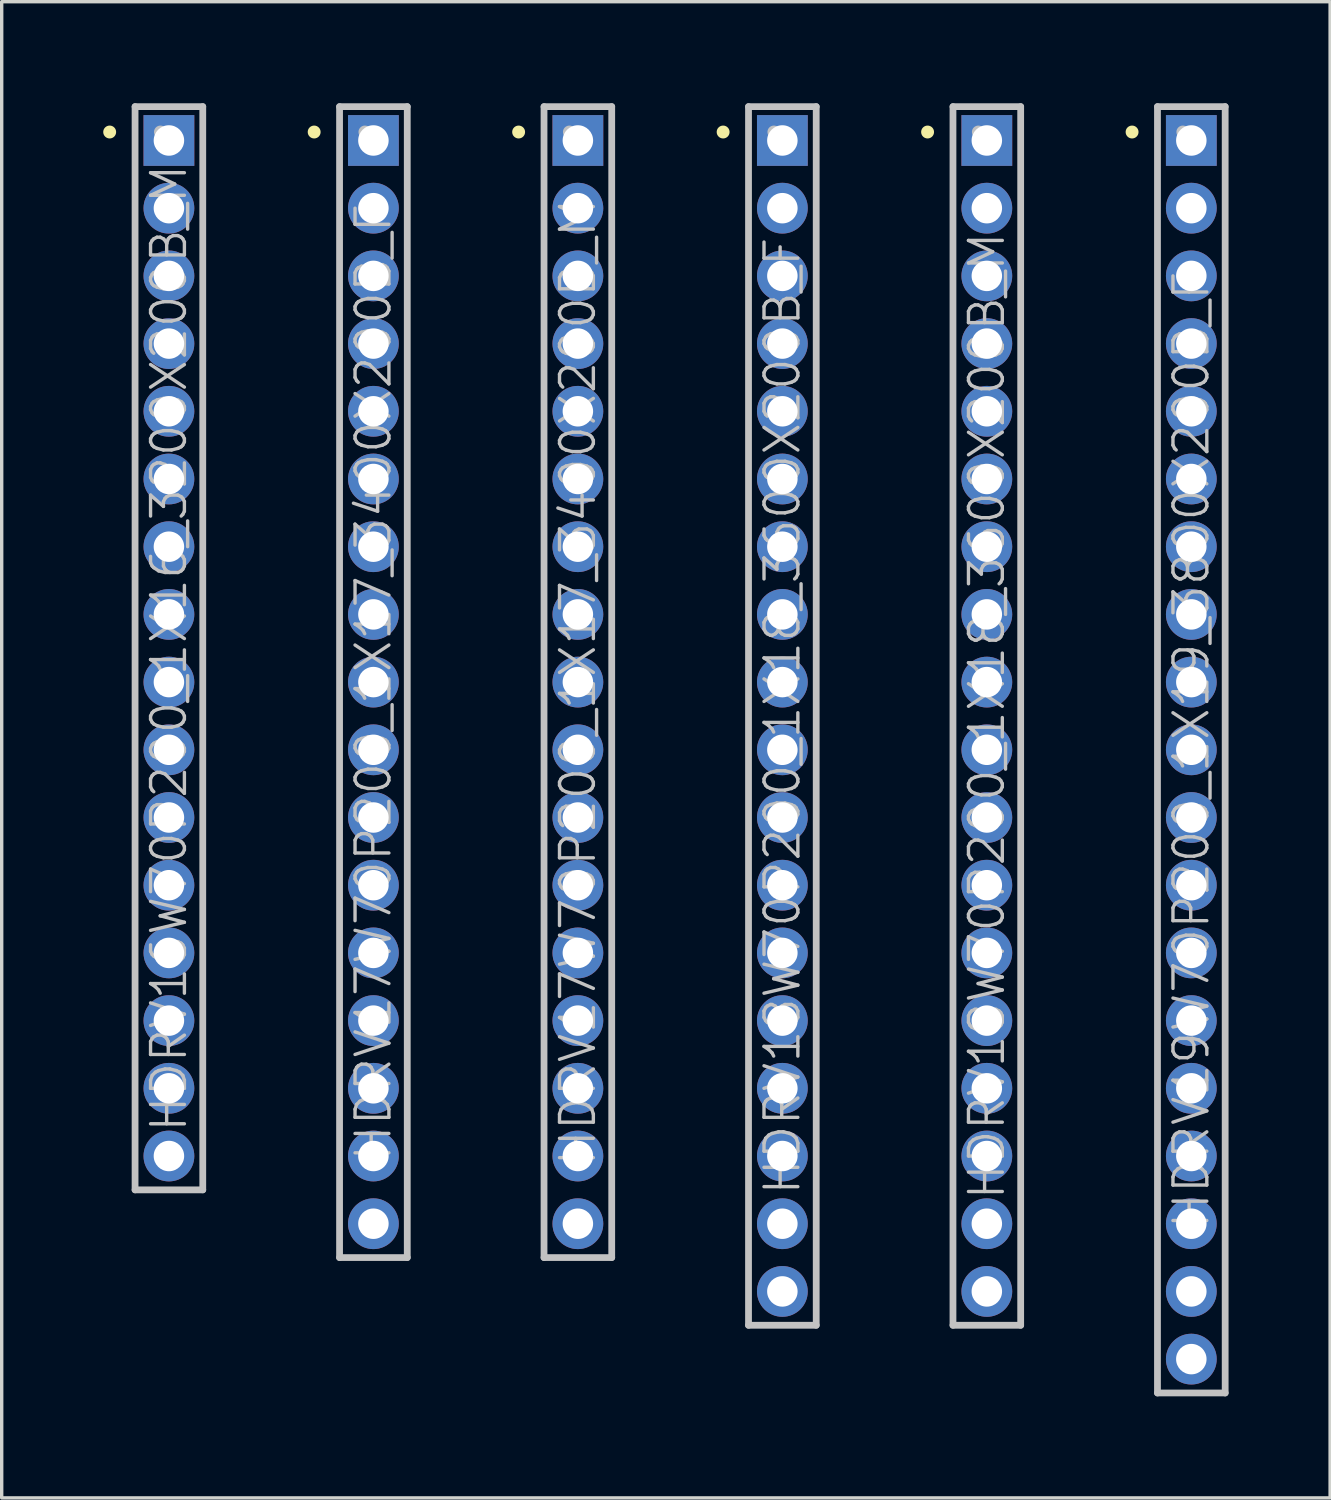
<source format=kicad_pcb>
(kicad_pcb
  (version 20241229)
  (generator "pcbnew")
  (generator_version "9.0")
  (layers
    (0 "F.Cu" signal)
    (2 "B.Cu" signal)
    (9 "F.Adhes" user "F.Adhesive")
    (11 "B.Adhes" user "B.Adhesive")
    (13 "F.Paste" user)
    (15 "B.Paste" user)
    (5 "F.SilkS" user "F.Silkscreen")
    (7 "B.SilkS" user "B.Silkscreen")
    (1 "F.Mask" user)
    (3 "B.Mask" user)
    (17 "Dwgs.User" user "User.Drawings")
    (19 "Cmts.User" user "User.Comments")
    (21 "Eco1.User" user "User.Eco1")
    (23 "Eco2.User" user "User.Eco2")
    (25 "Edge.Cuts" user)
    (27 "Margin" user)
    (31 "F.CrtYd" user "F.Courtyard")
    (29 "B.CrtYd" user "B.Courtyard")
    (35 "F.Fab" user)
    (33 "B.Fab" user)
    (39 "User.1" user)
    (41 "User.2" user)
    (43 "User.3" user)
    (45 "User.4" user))
  (footprint "HDRV19W70P200_1X19_3800X200B_F"
    (layer "F.Cu")
    (at 32.143 19.1)
    (property "Reference" "HDRV19W70P200_1X19_3800X200B_F" (at 0 0 90) (layer "Dwgs.User") (effects (font (size 1 1) (thickness 0.1))))
    (attr through_hole)
    (fp_line (start -1.75 -18.25) (end -1.75 -18.25) (stroke (width 0.381) (type solid)) (layer "F.SilkS"))
    (fp_line (start -1 -19) (end -1 19) (stroke (width 0.2) (type solid)) (layer "Dwgs.User"))
    (fp_line (start -1 -19) (end 1 -19) (stroke (width 0.2) (type solid)) (layer "Dwgs.User"))
    (fp_line (start -1 19) (end 1 19) (stroke (width 0.2) (type solid)) (layer "Dwgs.User"))
    (fp_line (start -0.25 -18.25) (end -0.25 -18.25) (stroke (width 0.381) (type solid)) (layer "Dwgs.User"))
    (fp_line (start 1 -19) (end 1 19) (stroke (width 0.2) (type solid)) (layer "Dwgs.User"))
    (pad "1" thru_hole rect (at 0 -18) (size 1.5 1.5) (drill 0.9) (layers "*.Cu" "*.Mask"))
    (pad "2" thru_hole circle (at 0 -16 270) (size 1.5 1.5) (drill 0.9) (layers "*.Cu" "*.Mask"))
    (pad "3" thru_hole circle (at 0 -14 270) (size 1.5 1.5) (drill 0.9) (layers "*.Cu" "*.Mask"))
    (pad "4" thru_hole circle (at 0 -12 270) (size 1.5 1.5) (drill 0.9) (layers "*.Cu" "*.Mask"))
    (pad "5" thru_hole circle (at 0 -10 270) (size 1.5 1.5) (drill 0.9) (layers "*.Cu" "*.Mask"))
    (pad "6" thru_hole circle (at 0 -8 270) (size 1.5 1.5) (drill 0.9) (layers "*.Cu" "*.Mask"))
    (pad "7" thru_hole circle (at 0 -6 270) (size 1.5 1.5) (drill 0.9) (layers "*.Cu" "*.Mask"))
    (pad "8" thru_hole circle (at 0 -4 270) (size 1.5 1.5) (drill 0.9) (layers "*.Cu" "*.Mask"))
    (pad "9" thru_hole circle (at 0 -2 270) (size 1.5 1.5) (drill 0.9) (layers "*.Cu" "*.Mask"))
    (pad "10" thru_hole circle (at 0 0 270) (size 1.5 1.5) (drill 0.9) (layers "*.Cu" "*.Mask"))
    (pad "11" thru_hole circle (at 0 2 270) (size 1.5 1.5) (drill 0.9) (layers "*.Cu" "*.Mask"))
    (pad "12" thru_hole circle (at 0 4 270) (size 1.5 1.5) (drill 0.9) (layers "*.Cu" "*.Mask"))
    (pad "13" thru_hole circle (at 0 6 270) (size 1.5 1.5) (drill 0.9) (layers "*.Cu" "*.Mask"))
    (pad "14" thru_hole circle (at 0 8 270) (size 1.5 1.5) (drill 0.9) (layers "*.Cu" "*.Mask"))
    (pad "15" thru_hole circle (at 0 10 270) (size 1.5 1.5) (drill 0.9) (layers "*.Cu" "*.Mask"))
    (pad "16" thru_hole circle (at 0 12 270) (size 1.5 1.5) (drill 0.9) (layers "*.Cu" "*.Mask"))
    (pad "17" thru_hole circle (at 0 14 270) (size 1.5 1.5) (drill 0.9) (layers "*.Cu" "*.Mask"))
    (pad "18" thru_hole circle (at 0 16 270) (size 1.5 1.5) (drill 0.9) (layers "*.Cu" "*.Mask"))
    (pad "19" thru_hole circle (at 0 18 270) (size 1.5 1.5) (drill 0.9) (layers "*.Cu" "*.Mask")))
  (footprint "HDRV16W70P200_1X16_3200X200B_M"
    (layer "F.Cu")
    (at 1.94 16.1)
    (property "Reference" "HDRV16W70P200_1X16_3200X200B_M" (at 0 0 90) (layer "Dwgs.User") (effects (font (size 1 1) (thickness 0.1))))
    (attr through_hole)
    (fp_line (start -1.75 -15.25) (end -1.75 -15.25) (stroke (width 0.381) (type solid)) (layer "F.SilkS"))
    (fp_line (start -1 -16) (end -1 16) (stroke (width 0.2) (type solid)) (layer "Dwgs.User"))
    (fp_line (start -1 -16) (end 1 -16) (stroke (width 0.2) (type solid)) (layer "Dwgs.User"))
    (fp_line (start -1 16) (end 1 16) (stroke (width 0.2) (type solid)) (layer "Dwgs.User"))
    (fp_line (start -0.25 -15.25) (end -0.25 -15.25) (stroke (width 0.381) (type solid)) (layer "Dwgs.User"))
    (fp_line (start 1 -16) (end 1 16) (stroke (width 0.2) (type solid)) (layer "Dwgs.User"))
    (pad "1" thru_hole rect (at 0 -15) (size 1.5 1.5) (drill 0.9) (layers "*.Cu" "*.Mask"))
    (pad "2" thru_hole circle (at 0 -13 270) (size 1.5 1.5) (drill 0.9) (layers "*.Cu" "*.Mask"))
    (pad "3" thru_hole circle (at 0 -11 270) (size 1.5 1.5) (drill 0.9) (layers "*.Cu" "*.Mask"))
    (pad "4" thru_hole circle (at 0 -9 270) (size 1.5 1.5) (drill 0.9) (layers "*.Cu" "*.Mask"))
    (pad "5" thru_hole circle (at 0 -7 270) (size 1.5 1.5) (drill 0.9) (layers "*.Cu" "*.Mask"))
    (pad "6" thru_hole circle (at 0 -5 270) (size 1.5 1.5) (drill 0.9) (layers "*.Cu" "*.Mask"))
    (pad "7" thru_hole circle (at 0 -3 270) (size 1.5 1.5) (drill 0.9) (layers "*.Cu" "*.Mask"))
    (pad "8" thru_hole circle (at 0 -1 270) (size 1.5 1.5) (drill 0.9) (layers "*.Cu" "*.Mask"))
    (pad "9" thru_hole circle (at 0 1 270) (size 1.5 1.5) (drill 0.9) (layers "*.Cu" "*.Mask"))
    (pad "10" thru_hole circle (at 0 3 270) (size 1.5 1.5) (drill 0.9) (layers "*.Cu" "*.Mask"))
    (pad "11" thru_hole circle (at 0 5 270) (size 1.5 1.5) (drill 0.9) (layers "*.Cu" "*.Mask"))
    (pad "12" thru_hole circle (at 0 7 270) (size 1.5 1.5) (drill 0.9) (layers "*.Cu" "*.Mask"))
    (pad "13" thru_hole circle (at 0 9 270) (size 1.5 1.5) (drill 0.9) (layers "*.Cu" "*.Mask"))
    (pad "14" thru_hole circle (at 0 11 270) (size 1.5 1.5) (drill 0.9) (layers "*.Cu" "*.Mask"))
    (pad "15" thru_hole circle (at 0 13 270) (size 1.5 1.5) (drill 0.9) (layers "*.Cu" "*.Mask"))
    (pad "16" thru_hole circle (at 0 15 270) (size 1.5 1.5) (drill 0.9) (layers "*.Cu" "*.Mask")))
  (footprint "HDRV17W70P200_1X17_3400X200B_F"
    (layer "F.Cu")
    (at 7.981 17.1)
    (property "Reference" "HDRV17W70P200_1X17_3400X200B_F" (at 0 0 90) (layer "Dwgs.User") (effects (font (size 1 1) (thickness 0.1))))
    (attr through_hole)
    (fp_line (start -1.75 -16.25) (end -1.75 -16.25) (stroke (width 0.381) (type solid)) (layer "F.SilkS"))
    (fp_line (start -1 -17) (end -1 17) (stroke (width 0.2) (type solid)) (layer "Dwgs.User"))
    (fp_line (start -1 -17) (end 1 -17) (stroke (width 0.2) (type solid)) (layer "Dwgs.User"))
    (fp_line (start -1 17) (end 1 17) (stroke (width 0.2) (type solid)) (layer "Dwgs.User"))
    (fp_line (start -0.25 -16.25) (end -0.25 -16.25) (stroke (width 0.381) (type solid)) (layer "Dwgs.User"))
    (fp_line (start 1 -17) (end 1 17) (stroke (width 0.2) (type solid)) (layer "Dwgs.User"))
    (pad "1" thru_hole rect (at 0 -16) (size 1.5 1.5) (drill 0.9) (layers "*.Cu" "*.Mask"))
    (pad "2" thru_hole circle (at 0 -14 270) (size 1.5 1.5) (drill 0.9) (layers "*.Cu" "*.Mask"))
    (pad "3" thru_hole circle (at 0 -12 270) (size 1.5 1.5) (drill 0.9) (layers "*.Cu" "*.Mask"))
    (pad "4" thru_hole circle (at 0 -10 270) (size 1.5 1.5) (drill 0.9) (layers "*.Cu" "*.Mask"))
    (pad "5" thru_hole circle (at 0 -8 270) (size 1.5 1.5) (drill 0.9) (layers "*.Cu" "*.Mask"))
    (pad "6" thru_hole circle (at 0 -6 270) (size 1.5 1.5) (drill 0.9) (layers "*.Cu" "*.Mask"))
    (pad "7" thru_hole circle (at 0 -4 270) (size 1.5 1.5) (drill 0.9) (layers "*.Cu" "*.Mask"))
    (pad "8" thru_hole circle (at 0 -2 270) (size 1.5 1.5) (drill 0.9) (layers "*.Cu" "*.Mask"))
    (pad "9" thru_hole circle (at 0 0 270) (size 1.5 1.5) (drill 0.9) (layers "*.Cu" "*.Mask"))
    (pad "10" thru_hole circle (at 0 2 270) (size 1.5 1.5) (drill 0.9) (layers "*.Cu" "*.Mask"))
    (pad "11" thru_hole circle (at 0 4 270) (size 1.5 1.5) (drill 0.9) (layers "*.Cu" "*.Mask"))
    (pad "12" thru_hole circle (at 0 6 270) (size 1.5 1.5) (drill 0.9) (layers "*.Cu" "*.Mask"))
    (pad "13" thru_hole circle (at 0 8 270) (size 1.5 1.5) (drill 0.9) (layers "*.Cu" "*.Mask"))
    (pad "14" thru_hole circle (at 0 10 270) (size 1.5 1.5) (drill 0.9) (layers "*.Cu" "*.Mask"))
    (pad "15" thru_hole circle (at 0 12 270) (size 1.5 1.5) (drill 0.9) (layers "*.Cu" "*.Mask"))
    (pad "16" thru_hole circle (at 0 14 270) (size 1.5 1.5) (drill 0.9) (layers "*.Cu" "*.Mask"))
    (pad "17" thru_hole circle (at 0 16 270) (size 1.5 1.5) (drill 0.9) (layers "*.Cu" "*.Mask")))
  (footprint "HDRV18W70P200_1X18_3600X200B_M"
    (layer "F.Cu")
    (at 26.102 18.1)
    (property "Reference" "HDRV18W70P200_1X18_3600X200B_M" (at 0 0 90) (layer "Dwgs.User") (effects (font (size 1 1) (thickness 0.1))))
    (attr through_hole)
    (fp_line (start -1.75 -17.25) (end -1.75 -17.25) (stroke (width 0.381) (type solid)) (layer "F.SilkS"))
    (fp_line (start -1 -18) (end -1 18) (stroke (width 0.2) (type solid)) (layer "Dwgs.User"))
    (fp_line (start -1 -18) (end 1 -18) (stroke (width 0.2) (type solid)) (layer "Dwgs.User"))
    (fp_line (start -1 18) (end 1 18) (stroke (width 0.2) (type solid)) (layer "Dwgs.User"))
    (fp_line (start -0.25 -17.25) (end -0.25 -17.25) (stroke (width 0.381) (type solid)) (layer "Dwgs.User"))
    (fp_line (start 1 -18) (end 1 18) (stroke (width 0.2) (type solid)) (layer "Dwgs.User"))
    (pad "1" thru_hole rect (at 0 -17) (size 1.5 1.5) (drill 0.9) (layers "*.Cu" "*.Mask"))
    (pad "2" thru_hole circle (at 0 -15 270) (size 1.5 1.5) (drill 0.9) (layers "*.Cu" "*.Mask"))
    (pad "3" thru_hole circle (at 0 -13 270) (size 1.5 1.5) (drill 0.9) (layers "*.Cu" "*.Mask"))
    (pad "4" thru_hole circle (at 0 -11 270) (size 1.5 1.5) (drill 0.9) (layers "*.Cu" "*.Mask"))
    (pad "5" thru_hole circle (at 0 -9 270) (size 1.5 1.5) (drill 0.9) (layers "*.Cu" "*.Mask"))
    (pad "6" thru_hole circle (at 0 -7 270) (size 1.5 1.5) (drill 0.9) (layers "*.Cu" "*.Mask"))
    (pad "7" thru_hole circle (at 0 -5 270) (size 1.5 1.5) (drill 0.9) (layers "*.Cu" "*.Mask"))
    (pad "8" thru_hole circle (at 0 -3 270) (size 1.5 1.5) (drill 0.9) (layers "*.Cu" "*.Mask"))
    (pad "9" thru_hole circle (at 0 -1 270) (size 1.5 1.5) (drill 0.9) (layers "*.Cu" "*.Mask"))
    (pad "10" thru_hole circle (at 0 1 270) (size 1.5 1.5) (drill 0.9) (layers "*.Cu" "*.Mask"))
    (pad "11" thru_hole circle (at 0 3 270) (size 1.5 1.5) (drill 0.9) (layers "*.Cu" "*.Mask"))
    (pad "12" thru_hole circle (at 0 5 270) (size 1.5 1.5) (drill 0.9) (layers "*.Cu" "*.Mask"))
    (pad "13" thru_hole circle (at 0 7 270) (size 1.5 1.5) (drill 0.9) (layers "*.Cu" "*.Mask"))
    (pad "14" thru_hole circle (at 0 9 270) (size 1.5 1.5) (drill 0.9) (layers "*.Cu" "*.Mask"))
    (pad "15" thru_hole circle (at 0 11 270) (size 1.5 1.5) (drill 0.9) (layers "*.Cu" "*.Mask"))
    (pad "16" thru_hole circle (at 0 13 270) (size 1.5 1.5) (drill 0.9) (layers "*.Cu" "*.Mask"))
    (pad "17" thru_hole circle (at 0 15 270) (size 1.5 1.5) (drill 0.9) (layers "*.Cu" "*.Mask"))
    (pad "18" thru_hole circle (at 0 17 270) (size 1.5 1.5) (drill 0.9) (layers "*.Cu" "*.Mask")))
  (footprint "HDRV17W70P200_1X17_3400X200B_M"
    (layer "F.Cu")
    (at 14.021 17.1)
    (property "Reference" "HDRV17W70P200_1X17_3400X200B_M" (at 0 0 90) (layer "Dwgs.User") (effects (font (size 1 1) (thickness 0.1))))
    (attr through_hole)
    (fp_line (start -1.75 -16.25) (end -1.75 -16.25) (stroke (width 0.381) (type solid)) (layer "F.SilkS"))
    (fp_line (start -1 -17) (end -1 17) (stroke (width 0.2) (type solid)) (layer "Dwgs.User"))
    (fp_line (start -1 -17) (end 1 -17) (stroke (width 0.2) (type solid)) (layer "Dwgs.User"))
    (fp_line (start -1 17) (end 1 17) (stroke (width 0.2) (type solid)) (layer "Dwgs.User"))
    (fp_line (start -0.25 -16.25) (end -0.25 -16.25) (stroke (width 0.381) (type solid)) (layer "Dwgs.User"))
    (fp_line (start 1 -17) (end 1 17) (stroke (width 0.2) (type solid)) (layer "Dwgs.User"))
    (pad "1" thru_hole rect (at 0 -16) (size 1.5 1.5) (drill 0.9) (layers "*.Cu" "*.Mask"))
    (pad "2" thru_hole circle (at 0 -14 270) (size 1.5 1.5) (drill 0.9) (layers "*.Cu" "*.Mask"))
    (pad "3" thru_hole circle (at 0 -12 270) (size 1.5 1.5) (drill 0.9) (layers "*.Cu" "*.Mask"))
    (pad "4" thru_hole circle (at 0 -10 270) (size 1.5 1.5) (drill 0.9) (layers "*.Cu" "*.Mask"))
    (pad "5" thru_hole circle (at 0 -8 270) (size 1.5 1.5) (drill 0.9) (layers "*.Cu" "*.Mask"))
    (pad "6" thru_hole circle (at 0 -6 270) (size 1.5 1.5) (drill 0.9) (layers "*.Cu" "*.Mask"))
    (pad "7" thru_hole circle (at 0 -4 270) (size 1.5 1.5) (drill 0.9) (layers "*.Cu" "*.Mask"))
    (pad "8" thru_hole circle (at 0 -2 270) (size 1.5 1.5) (drill 0.9) (layers "*.Cu" "*.Mask"))
    (pad "9" thru_hole circle (at 0 0 270) (size 1.5 1.5) (drill 0.9) (layers "*.Cu" "*.Mask"))
    (pad "10" thru_hole circle (at 0 2 270) (size 1.5 1.5) (drill 0.9) (layers "*.Cu" "*.Mask"))
    (pad "11" thru_hole circle (at 0 4 270) (size 1.5 1.5) (drill 0.9) (layers "*.Cu" "*.Mask"))
    (pad "12" thru_hole circle (at 0 6 270) (size 1.5 1.5) (drill 0.9) (layers "*.Cu" "*.Mask"))
    (pad "13" thru_hole circle (at 0 8 270) (size 1.5 1.5) (drill 0.9) (layers "*.Cu" "*.Mask"))
    (pad "14" thru_hole circle (at 0 10 270) (size 1.5 1.5) (drill 0.9) (layers "*.Cu" "*.Mask"))
    (pad "15" thru_hole circle (at 0 12 270) (size 1.5 1.5) (drill 0.9) (layers "*.Cu" "*.Mask"))
    (pad "16" thru_hole circle (at 0 14 270) (size 1.5 1.5) (drill 0.9) (layers "*.Cu" "*.Mask"))
    (pad "17" thru_hole circle (at 0 16 270) (size 1.5 1.5) (drill 0.9) (layers "*.Cu" "*.Mask")))
  (footprint "HDRV18W70P200_1X18_3600X200B_F"
    (layer "F.Cu")
    (at 20.062 18.1)
    (property "Reference" "HDRV18W70P200_1X18_3600X200B_F" (at 0 0 90) (layer "Dwgs.User") (effects (font (size 1 1) (thickness 0.1))))
    (attr through_hole)
    (fp_line (start -1.75 -17.25) (end -1.75 -17.25) (stroke (width 0.381) (type solid)) (layer "F.SilkS"))
    (fp_line (start -1 -18) (end -1 18) (stroke (width 0.2) (type solid)) (layer "Dwgs.User"))
    (fp_line (start -1 -18) (end 1 -18) (stroke (width 0.2) (type solid)) (layer "Dwgs.User"))
    (fp_line (start -1 18) (end 1 18) (stroke (width 0.2) (type solid)) (layer "Dwgs.User"))
    (fp_line (start -0.25 -17.25) (end -0.25 -17.25) (stroke (width 0.381) (type solid)) (layer "Dwgs.User"))
    (fp_line (start 1 -18) (end 1 18) (stroke (width 0.2) (type solid)) (layer "Dwgs.User"))
    (pad "1" thru_hole rect (at 0 -17) (size 1.5 1.5) (drill 0.9) (layers "*.Cu" "*.Mask"))
    (pad "2" thru_hole circle (at 0 -15 270) (size 1.5 1.5) (drill 0.9) (layers "*.Cu" "*.Mask"))
    (pad "3" thru_hole circle (at 0 -13 270) (size 1.5 1.5) (drill 0.9) (layers "*.Cu" "*.Mask"))
    (pad "4" thru_hole circle (at 0 -11 270) (size 1.5 1.5) (drill 0.9) (layers "*.Cu" "*.Mask"))
    (pad "5" thru_hole circle (at 0 -9 270) (size 1.5 1.5) (drill 0.9) (layers "*.Cu" "*.Mask"))
    (pad "6" thru_hole circle (at 0 -7 270) (size 1.5 1.5) (drill 0.9) (layers "*.Cu" "*.Mask"))
    (pad "7" thru_hole circle (at 0 -5 270) (size 1.5 1.5) (drill 0.9) (layers "*.Cu" "*.Mask"))
    (pad "8" thru_hole circle (at 0 -3 270) (size 1.5 1.5) (drill 0.9) (layers "*.Cu" "*.Mask"))
    (pad "9" thru_hole circle (at 0 -1 270) (size 1.5 1.5) (drill 0.9) (layers "*.Cu" "*.Mask"))
    (pad "10" thru_hole circle (at 0 1 270) (size 1.5 1.5) (drill 0.9) (layers "*.Cu" "*.Mask"))
    (pad "11" thru_hole circle (at 0 3 270) (size 1.5 1.5) (drill 0.9) (layers "*.Cu" "*.Mask"))
    (pad "12" thru_hole circle (at 0 5 270) (size 1.5 1.5) (drill 0.9) (layers "*.Cu" "*.Mask"))
    (pad "13" thru_hole circle (at 0 7 270) (size 1.5 1.5) (drill 0.9) (layers "*.Cu" "*.Mask"))
    (pad "14" thru_hole circle (at 0 9 270) (size 1.5 1.5) (drill 0.9) (layers "*.Cu" "*.Mask"))
    (pad "15" thru_hole circle (at 0 11 270) (size 1.5 1.5) (drill 0.9) (layers "*.Cu" "*.Mask"))
    (pad "16" thru_hole circle (at 0 13 270) (size 1.5 1.5) (drill 0.9) (layers "*.Cu" "*.Mask"))
    (pad "17" thru_hole circle (at 0 15 270) (size 1.5 1.5) (drill 0.9) (layers "*.Cu" "*.Mask"))
    (pad "18" thru_hole circle (at 0 17 270) (size 1.5 1.5) (drill 0.9) (layers "*.Cu" "*.Mask")))
  (gr_rect
    (start -3 -3)
    (end 36.243 41.2)
    (stroke (width 0.1) (type default))
    (fill no)
    (layer "Edge.Cuts")))
</source>
